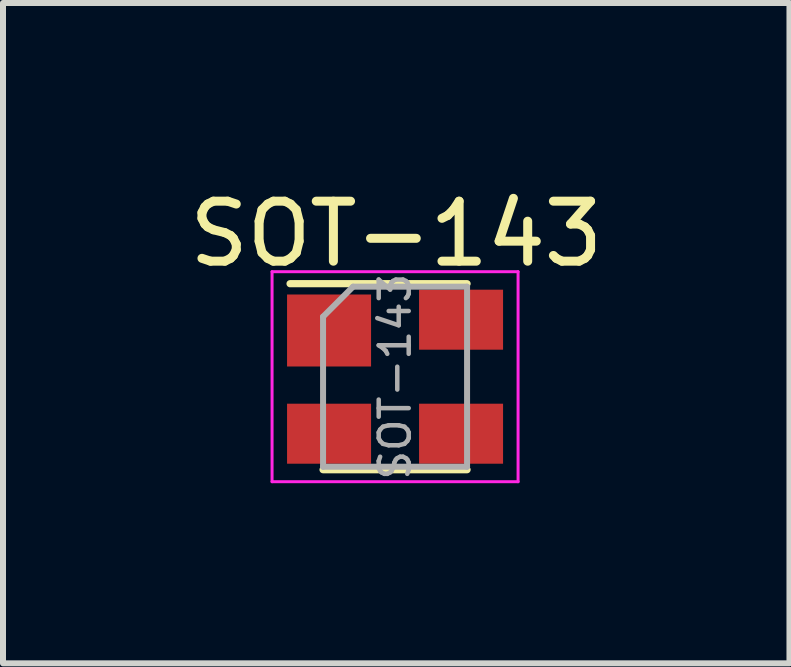
<source format=kicad_pcb>
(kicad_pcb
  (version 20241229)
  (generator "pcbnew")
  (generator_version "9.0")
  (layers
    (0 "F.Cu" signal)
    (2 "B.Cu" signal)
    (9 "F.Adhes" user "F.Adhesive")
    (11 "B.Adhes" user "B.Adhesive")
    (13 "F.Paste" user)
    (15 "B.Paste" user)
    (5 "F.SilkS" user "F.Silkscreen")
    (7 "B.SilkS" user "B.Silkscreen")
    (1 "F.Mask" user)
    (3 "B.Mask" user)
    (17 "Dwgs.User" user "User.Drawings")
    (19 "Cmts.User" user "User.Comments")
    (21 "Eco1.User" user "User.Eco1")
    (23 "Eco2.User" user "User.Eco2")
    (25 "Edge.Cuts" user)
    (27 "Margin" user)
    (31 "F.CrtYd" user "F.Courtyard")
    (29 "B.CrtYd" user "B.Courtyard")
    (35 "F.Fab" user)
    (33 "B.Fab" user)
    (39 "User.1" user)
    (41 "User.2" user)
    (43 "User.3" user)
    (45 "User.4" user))
  (footprint "SOT-143"
    (layer "F.Cu")
    (at 3.534 3.228)
    (property "Reference" "SOT-143" (at 0.02 -2.38 0) (layer "F.SilkS") (effects (font (size 1 1) (thickness 0.15))))
    (attr smd)
    (fp_line (start -1.2 1.55) (end 1.2 1.55) (stroke (width 0.12) (type solid)) (layer "F.SilkS"))
    (fp_line (start 1.2 -1.55) (end -1.75 -1.55) (stroke (width 0.12) (type solid)) (layer "F.SilkS"))
    (fp_line (start -2.05 1.75) (end -2.05 -1.75) (stroke (width 0.05) (type solid)) (layer "F.CrtYd"))
    (fp_line (start -2.05 1.75) (end 2.05 1.75) (stroke (width 0.05) (type solid)) (layer "F.CrtYd"))
    (fp_line (start 2.05 -1.75) (end -2.05 -1.75) (stroke (width 0.05) (type solid)) (layer "F.CrtYd"))
    (fp_line (start 2.05 -1.75) (end 2.05 1.75) (stroke (width 0.05) (type solid)) (layer "F.CrtYd"))
    (fp_line (start -1.2 -1) (end -0.7 -1.5) (stroke (width 0.1) (type solid)) (layer "F.Fab"))
    (fp_line (start -1.2 1.5) (end -1.2 -1) (stroke (width 0.1) (type solid)) (layer "F.Fab"))
    (fp_line (start -0.7 -1.5) (end 1.2 -1.5) (stroke (width 0.1) (type solid)) (layer "F.Fab"))
    (fp_line (start 1.2 -1.5) (end 1.2 1.5) (stroke (width 0.1) (type solid)) (layer "F.Fab"))
    (fp_line (start 1.2 1.5) (end -1.2 1.5) (stroke (width 0.1) (type solid)) (layer "F.Fab"))
    (fp_text user "${REFERENCE}" (at 0 0 90) (layer "F.Fab") (effects (font (size 0.5 0.5) (thickness 0.075))))
    (pad "1" smd rect (at -1.1 -0.77 270) (size 1.2 1.4) (layers "F.Cu" "F.Mask" "F.Paste"))
    (pad "2" smd rect (at -1.1 0.95 270) (size 1 1.4) (layers "F.Cu" "F.Mask" "F.Paste"))
    (pad "3" smd rect (at 1.1 -0.95 270) (size 1 1.4) (layers "F.Cu" "F.Mask" "F.Paste"))
    (pad "4" smd rect (at 1.1 0.95 270) (size 1 1.4) (layers "F.Cu" "F.Mask" "F.Paste")))
  (gr_rect
    (start -3 -3)
    (end 10.107 8.005)
    (stroke (width 0.1) (type default))
    (fill no)
    (layer "Edge.Cuts")))
</source>
